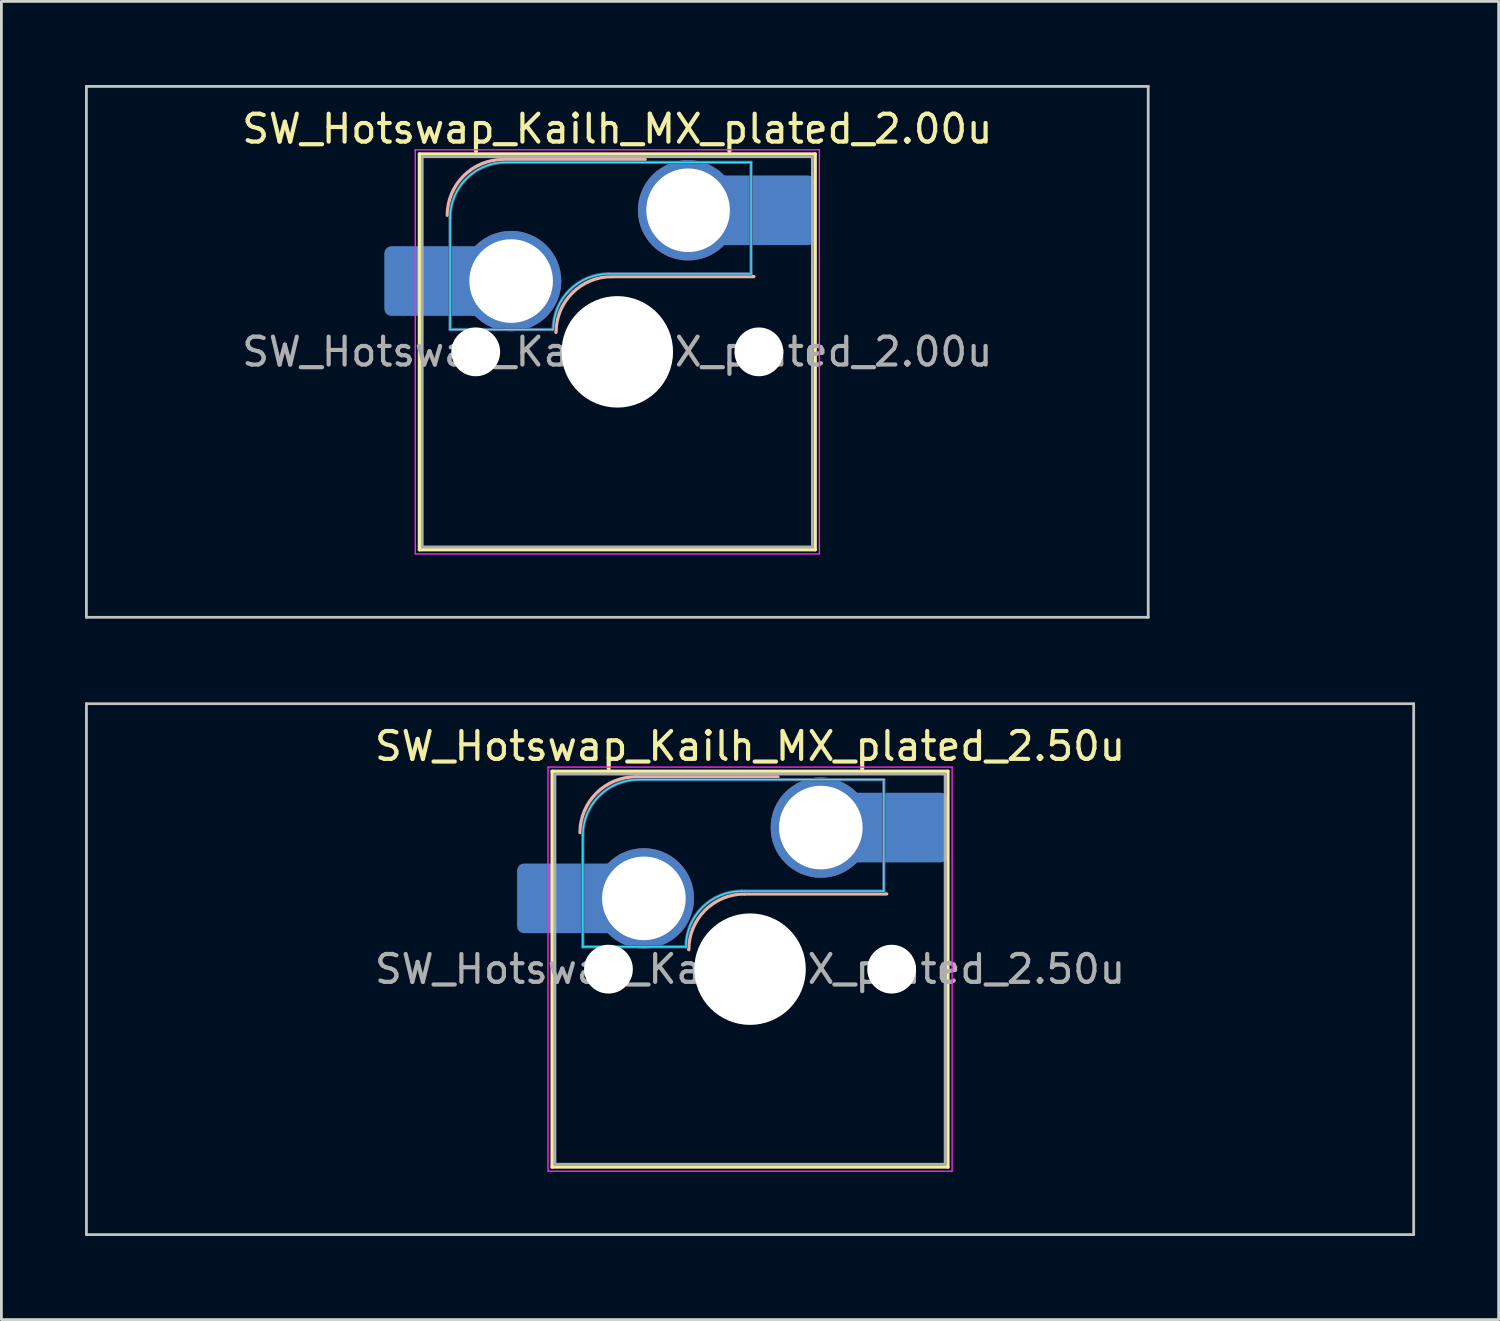
<source format=kicad_pcb>
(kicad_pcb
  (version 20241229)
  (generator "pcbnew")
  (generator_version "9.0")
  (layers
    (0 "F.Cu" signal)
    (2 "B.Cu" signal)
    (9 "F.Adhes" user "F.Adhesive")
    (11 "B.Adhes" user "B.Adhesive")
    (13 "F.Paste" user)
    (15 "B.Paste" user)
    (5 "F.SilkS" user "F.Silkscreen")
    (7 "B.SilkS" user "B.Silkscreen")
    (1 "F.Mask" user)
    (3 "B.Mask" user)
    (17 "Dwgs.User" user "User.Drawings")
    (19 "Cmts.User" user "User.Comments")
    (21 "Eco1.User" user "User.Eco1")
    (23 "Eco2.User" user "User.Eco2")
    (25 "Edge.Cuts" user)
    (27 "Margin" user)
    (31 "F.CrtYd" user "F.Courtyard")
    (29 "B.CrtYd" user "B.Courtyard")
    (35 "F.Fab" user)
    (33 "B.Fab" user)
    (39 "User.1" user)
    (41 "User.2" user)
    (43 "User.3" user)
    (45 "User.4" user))
  (footprint "SW_Hotswap_Kailh_MX_plated_2.50u"
    (layer "F.Cu")
    (at 23.863 31.725)
    (property "Reference" "SW_Hotswap_Kailh_MX_plated_2.50u" (at 0 -8 0) (layer "F.SilkS") (effects (font (size 1 1) (thickness 0.15))))
    (attr smd)
    (fp_line (start -7.1 -7.1) (end -7.1 7.1) (stroke (width 0.12) (type solid)) (layer "F.SilkS"))
    (fp_line (start -7.1 7.1) (end 7.1 7.1) (stroke (width 0.12) (type solid)) (layer "F.SilkS"))
    (fp_line (start 7.1 -7.1) (end -7.1 -7.1) (stroke (width 0.12) (type solid)) (layer "F.SilkS"))
    (fp_line (start 7.1 7.1) (end 7.1 -7.1) (stroke (width 0.12) (type solid)) (layer "F.SilkS"))
    (fp_line (start -4.1 -6.9) (end 1 -6.9) (stroke (width 0.12) (type solid)) (layer "B.SilkS"))
    (fp_line (start -0.2 -2.7) (end 4.9 -2.7) (stroke (width 0.12) (type solid)) (layer "B.SilkS"))
    (fp_arc (start -6.1 -4.9) (mid -5.514214 -6.314214) (end -4.1 -6.9) (stroke (width 0.12) (type solid)) (layer "B.SilkS"))
    (fp_arc (start -2.2 -0.7) (mid -1.614214 -2.114214) (end -0.2 -2.7) (stroke (width 0.12) (type solid)) (layer "B.SilkS"))
    (fp_line (start -23.812 -9.525) (end -23.812 9.525) (stroke (width 0.1) (type solid)) (layer "Dwgs.User"))
    (fp_line (start -23.812 9.525) (end 23.812 9.525) (stroke (width 0.1) (type solid)) (layer "Dwgs.User"))
    (fp_line (start 23.812 -9.525) (end -23.812 -9.525) (stroke (width 0.1) (type solid)) (layer "Dwgs.User"))
    (fp_line (start 23.812 9.525) (end 23.812 -9.525) (stroke (width 0.1) (type solid)) (layer "Dwgs.User"))
    (fp_line (start -7.8 -6) (end -7 -6) (stroke (width 0.1) (type solid)) (layer "Eco1.User"))
    (fp_line (start -7.8 -2.9) (end -7.8 -6) (stroke (width 0.1) (type solid)) (layer "Eco1.User"))
    (fp_line (start -7.8 2.9) (end -7 2.9) (stroke (width 0.1) (type solid)) (layer "Eco1.User"))
    (fp_line (start -7.8 6) (end -7.8 2.9) (stroke (width 0.1) (type solid)) (layer "Eco1.User"))
    (fp_line (start -7 -7) (end 7 -7) (stroke (width 0.1) (type solid)) (layer "Eco1.User"))
    (fp_line (start -7 -6) (end -7 -7) (stroke (width 0.1) (type solid)) (layer "Eco1.User"))
    (fp_line (start -7 -2.9) (end -7.8 -2.9) (stroke (width 0.1) (type solid)) (layer "Eco1.User"))
    (fp_line (start -7 2.9) (end -7 -2.9) (stroke (width 0.1) (type solid)) (layer "Eco1.User"))
    (fp_line (start -7 6) (end -7.8 6) (stroke (width 0.1) (type solid)) (layer "Eco1.User"))
    (fp_line (start -7 7) (end -7 6) (stroke (width 0.1) (type solid)) (layer "Eco1.User"))
    (fp_line (start 7 -7) (end 7 -6) (stroke (width 0.1) (type solid)) (layer "Eco1.User"))
    (fp_line (start 7 -6) (end 7.8 -6) (stroke (width 0.1) (type solid)) (layer "Eco1.User"))
    (fp_line (start 7 -2.9) (end 7 2.9) (stroke (width 0.1) (type solid)) (layer "Eco1.User"))
    (fp_line (start 7 2.9) (end 7.8 2.9) (stroke (width 0.1) (type solid)) (layer "Eco1.User"))
    (fp_line (start 7 6) (end 7 7) (stroke (width 0.1) (type solid)) (layer "Eco1.User"))
    (fp_line (start 7 7) (end -7 7) (stroke (width 0.1) (type solid)) (layer "Eco1.User"))
    (fp_line (start 7.8 -6) (end 7.8 -2.9) (stroke (width 0.1) (type solid)) (layer "Eco1.User"))
    (fp_line (start 7.8 -2.9) (end 7 -2.9) (stroke (width 0.1) (type solid)) (layer "Eco1.User"))
    (fp_line (start 7.8 2.9) (end 7.8 6) (stroke (width 0.1) (type solid)) (layer "Eco1.User"))
    (fp_line (start 7.8 6) (end 7 6) (stroke (width 0.1) (type solid)) (layer "Eco1.User"))
    (fp_line (start -6 -0.8) (end -6 -4.8) (stroke (width 0.05) (type solid)) (layer "B.CrtYd"))
    (fp_line (start -6 -0.8) (end -2.3 -0.8) (stroke (width 0.05) (type solid)) (layer "B.CrtYd"))
    (fp_line (start -4 -6.8) (end 4.8 -6.8) (stroke (width 0.05) (type solid)) (layer "B.CrtYd"))
    (fp_line (start -0.3 -2.8) (end 4.8 -2.8) (stroke (width 0.05) (type solid)) (layer "B.CrtYd"))
    (fp_line (start 4.8 -6.8) (end 4.8 -2.8) (stroke (width 0.05) (type solid)) (layer "B.CrtYd"))
    (fp_arc (start -6 -4.8) (mid -5.414214 -6.214214) (end -4 -6.8) (stroke (width 0.05) (type solid)) (layer "B.CrtYd"))
    (fp_arc (start -2.3 -0.8) (mid -1.714214 -2.214214) (end -0.3 -2.8) (stroke (width 0.05) (type solid)) (layer "B.CrtYd"))
    (fp_line (start -7.25 -7.25) (end -7.25 7.25) (stroke (width 0.05) (type solid)) (layer "F.CrtYd"))
    (fp_line (start -7.25 7.25) (end 7.25 7.25) (stroke (width 0.05) (type solid)) (layer "F.CrtYd"))
    (fp_line (start 7.25 -7.25) (end -7.25 -7.25) (stroke (width 0.05) (type solid)) (layer "F.CrtYd"))
    (fp_line (start 7.25 7.25) (end 7.25 -7.25) (stroke (width 0.05) (type solid)) (layer "F.CrtYd"))
    (fp_line (start -6 -0.8) (end -6 -4.8) (stroke (width 0.12) (type solid)) (layer "B.Fab"))
    (fp_line (start -6 -0.8) (end -2.3 -0.8) (stroke (width 0.12) (type solid)) (layer "B.Fab"))
    (fp_line (start -4 -6.8) (end 4.8 -6.8) (stroke (width 0.12) (type solid)) (layer "B.Fab"))
    (fp_line (start -0.3 -2.8) (end 4.8 -2.8) (stroke (width 0.12) (type solid)) (layer "B.Fab"))
    (fp_line (start 4.8 -6.8) (end 4.8 -2.8) (stroke (width 0.12) (type solid)) (layer "B.Fab"))
    (fp_arc (start -6 -4.8) (mid -5.414214 -6.214214) (end -4 -6.8) (stroke (width 0.12) (type solid)) (layer "B.Fab"))
    (fp_arc (start -2.3 -0.8) (mid -1.714214 -2.214214) (end -0.3 -2.8) (stroke (width 0.12) (type solid)) (layer "B.Fab"))
    (fp_line (start -7 -7) (end -7 7) (stroke (width 0.1) (type solid)) (layer "F.Fab"))
    (fp_line (start -7 7) (end 7 7) (stroke (width 0.1) (type solid)) (layer "F.Fab"))
    (fp_line (start 7 -7) (end -7 -7) (stroke (width 0.1) (type solid)) (layer "F.Fab"))
    (fp_line (start 7 7) (end 7 -7) (stroke (width 0.1) (type solid)) (layer "F.Fab"))
    (fp_text user "${REFERENCE}" (at 0 0 0) (layer "F.Fab") (effects (font (size 1 1) (thickness 0.15))))
    (pad "" smd roundrect (at -7.085 -2.54) (size 2.55 2.5) (layers "B.Mask" "B.Paste") (roundrect_rratio 0.1))
    (pad "" np_thru_hole circle (at -5.08 0) (size 1.75 1.75) (drill 1.75) (layers "*.Cu" "*.Mask"))
    (pad "" np_thru_hole circle (at 0 0) (size 4 4) (drill 4) (layers "*.Cu" "*.Mask"))
    (pad "" np_thru_hole circle (at 5.08 0) (size 1.75 1.75) (drill 1.75) (layers "*.Cu" "*.Mask"))
    (pad "" smd roundrect (at 5.842 -5.08) (size 2.55 2.5) (layers "B.Mask" "B.Paste") (roundrect_rratio 0.1))
    (pad "1" smd roundrect (at -6.585 -2.54) (size 3.55 2.5) (layers "B.Cu") (roundrect_rratio 0.1))
    (pad "1" thru_hole circle (at -3.81 -2.54) (size 3.6 3.6) (drill 3) (layers "*.Cu" "B.Mask"))
    (pad "2" thru_hole circle (at 2.54 -5.08) (size 3.6 3.6) (drill 3) (layers "*.Cu" "B.Mask"))
    (pad "2" smd roundrect (at 5.32 -5.08) (size 3.55 2.5) (layers "B.Cu") (roundrect_rratio 0.1)))
  (footprint "SW_Hotswap_Kailh_MX_plated_2.00u"
    (layer "F.Cu")
    (at 19.1 9.575)
    (property "Reference" "SW_Hotswap_Kailh_MX_plated_2.00u" (at 0 -8 0) (layer "F.SilkS") (effects (font (size 1 1) (thickness 0.15))))
    (attr smd)
    (fp_line (start -7.1 -7.1) (end -7.1 7.1) (stroke (width 0.12) (type solid)) (layer "F.SilkS"))
    (fp_line (start -7.1 7.1) (end 7.1 7.1) (stroke (width 0.12) (type solid)) (layer "F.SilkS"))
    (fp_line (start 7.1 -7.1) (end -7.1 -7.1) (stroke (width 0.12) (type solid)) (layer "F.SilkS"))
    (fp_line (start 7.1 7.1) (end 7.1 -7.1) (stroke (width 0.12) (type solid)) (layer "F.SilkS"))
    (fp_line (start -4.1 -6.9) (end 1 -6.9) (stroke (width 0.12) (type solid)) (layer "B.SilkS"))
    (fp_line (start -0.2 -2.7) (end 4.9 -2.7) (stroke (width 0.12) (type solid)) (layer "B.SilkS"))
    (fp_arc (start -6.1 -4.9) (mid -5.514214 -6.314214) (end -4.1 -6.9) (stroke (width 0.12) (type solid)) (layer "B.SilkS"))
    (fp_arc (start -2.2 -0.7) (mid -1.614214 -2.114214) (end -0.2 -2.7) (stroke (width 0.12) (type solid)) (layer "B.SilkS"))
    (fp_line (start -19.05 -9.525) (end -19.05 9.525) (stroke (width 0.1) (type solid)) (layer "Dwgs.User"))
    (fp_line (start -19.05 9.525) (end 19.05 9.525) (stroke (width 0.1) (type solid)) (layer "Dwgs.User"))
    (fp_line (start 19.05 -9.525) (end -19.05 -9.525) (stroke (width 0.1) (type solid)) (layer "Dwgs.User"))
    (fp_line (start 19.05 9.525) (end 19.05 -9.525) (stroke (width 0.1) (type solid)) (layer "Dwgs.User"))
    (fp_line (start -7.8 -6) (end -7 -6) (stroke (width 0.1) (type solid)) (layer "Eco1.User"))
    (fp_line (start -7.8 -2.9) (end -7.8 -6) (stroke (width 0.1) (type solid)) (layer "Eco1.User"))
    (fp_line (start -7.8 2.9) (end -7 2.9) (stroke (width 0.1) (type solid)) (layer "Eco1.User"))
    (fp_line (start -7.8 6) (end -7.8 2.9) (stroke (width 0.1) (type solid)) (layer "Eco1.User"))
    (fp_line (start -7 -7) (end 7 -7) (stroke (width 0.1) (type solid)) (layer "Eco1.User"))
    (fp_line (start -7 -6) (end -7 -7) (stroke (width 0.1) (type solid)) (layer "Eco1.User"))
    (fp_line (start -7 -2.9) (end -7.8 -2.9) (stroke (width 0.1) (type solid)) (layer "Eco1.User"))
    (fp_line (start -7 2.9) (end -7 -2.9) (stroke (width 0.1) (type solid)) (layer "Eco1.User"))
    (fp_line (start -7 6) (end -7.8 6) (stroke (width 0.1) (type solid)) (layer "Eco1.User"))
    (fp_line (start -7 7) (end -7 6) (stroke (width 0.1) (type solid)) (layer "Eco1.User"))
    (fp_line (start 7 -7) (end 7 -6) (stroke (width 0.1) (type solid)) (layer "Eco1.User"))
    (fp_line (start 7 -6) (end 7.8 -6) (stroke (width 0.1) (type solid)) (layer "Eco1.User"))
    (fp_line (start 7 -2.9) (end 7 2.9) (stroke (width 0.1) (type solid)) (layer "Eco1.User"))
    (fp_line (start 7 2.9) (end 7.8 2.9) (stroke (width 0.1) (type solid)) (layer "Eco1.User"))
    (fp_line (start 7 6) (end 7 7) (stroke (width 0.1) (type solid)) (layer "Eco1.User"))
    (fp_line (start 7 7) (end -7 7) (stroke (width 0.1) (type solid)) (layer "Eco1.User"))
    (fp_line (start 7.8 -6) (end 7.8 -2.9) (stroke (width 0.1) (type solid)) (layer "Eco1.User"))
    (fp_line (start 7.8 -2.9) (end 7 -2.9) (stroke (width 0.1) (type solid)) (layer "Eco1.User"))
    (fp_line (start 7.8 2.9) (end 7.8 6) (stroke (width 0.1) (type solid)) (layer "Eco1.User"))
    (fp_line (start 7.8 6) (end 7 6) (stroke (width 0.1) (type solid)) (layer "Eco1.User"))
    (fp_line (start -6 -0.8) (end -6 -4.8) (stroke (width 0.05) (type solid)) (layer "B.CrtYd"))
    (fp_line (start -6 -0.8) (end -2.3 -0.8) (stroke (width 0.05) (type solid)) (layer "B.CrtYd"))
    (fp_line (start -4 -6.8) (end 4.8 -6.8) (stroke (width 0.05) (type solid)) (layer "B.CrtYd"))
    (fp_line (start -0.3 -2.8) (end 4.8 -2.8) (stroke (width 0.05) (type solid)) (layer "B.CrtYd"))
    (fp_line (start 4.8 -6.8) (end 4.8 -2.8) (stroke (width 0.05) (type solid)) (layer "B.CrtYd"))
    (fp_arc (start -6 -4.8) (mid -5.414214 -6.214214) (end -4 -6.8) (stroke (width 0.05) (type solid)) (layer "B.CrtYd"))
    (fp_arc (start -2.3 -0.8) (mid -1.714214 -2.214214) (end -0.3 -2.8) (stroke (width 0.05) (type solid)) (layer "B.CrtYd"))
    (fp_line (start -7.25 -7.25) (end -7.25 7.25) (stroke (width 0.05) (type solid)) (layer "F.CrtYd"))
    (fp_line (start -7.25 7.25) (end 7.25 7.25) (stroke (width 0.05) (type solid)) (layer "F.CrtYd"))
    (fp_line (start 7.25 -7.25) (end -7.25 -7.25) (stroke (width 0.05) (type solid)) (layer "F.CrtYd"))
    (fp_line (start 7.25 7.25) (end 7.25 -7.25) (stroke (width 0.05) (type solid)) (layer "F.CrtYd"))
    (fp_line (start -6 -0.8) (end -6 -4.8) (stroke (width 0.12) (type solid)) (layer "B.Fab"))
    (fp_line (start -6 -0.8) (end -2.3 -0.8) (stroke (width 0.12) (type solid)) (layer "B.Fab"))
    (fp_line (start -4 -6.8) (end 4.8 -6.8) (stroke (width 0.12) (type solid)) (layer "B.Fab"))
    (fp_line (start -0.3 -2.8) (end 4.8 -2.8) (stroke (width 0.12) (type solid)) (layer "B.Fab"))
    (fp_line (start 4.8 -6.8) (end 4.8 -2.8) (stroke (width 0.12) (type solid)) (layer "B.Fab"))
    (fp_arc (start -6 -4.8) (mid -5.414214 -6.214214) (end -4 -6.8) (stroke (width 0.12) (type solid)) (layer "B.Fab"))
    (fp_arc (start -2.3 -0.8) (mid -1.714214 -2.214214) (end -0.3 -2.8) (stroke (width 0.12) (type solid)) (layer "B.Fab"))
    (fp_line (start -7 -7) (end -7 7) (stroke (width 0.1) (type solid)) (layer "F.Fab"))
    (fp_line (start -7 7) (end 7 7) (stroke (width 0.1) (type solid)) (layer "F.Fab"))
    (fp_line (start 7 -7) (end -7 -7) (stroke (width 0.1) (type solid)) (layer "F.Fab"))
    (fp_line (start 7 7) (end 7 -7) (stroke (width 0.1) (type solid)) (layer "F.Fab"))
    (fp_text user "${REFERENCE}" (at 0 0 0) (layer "F.Fab") (effects (font (size 1 1) (thickness 0.15))))
    (pad "" smd roundrect (at -7.085 -2.54) (size 2.55 2.5) (layers "B.Mask" "B.Paste") (roundrect_rratio 0.1))
    (pad "" np_thru_hole circle (at -5.08 0) (size 1.75 1.75) (drill 1.75) (layers "*.Cu" "*.Mask"))
    (pad "" np_thru_hole circle (at 0 0) (size 4 4) (drill 4) (layers "*.Cu" "*.Mask"))
    (pad "" np_thru_hole circle (at 5.08 0) (size 1.75 1.75) (drill 1.75) (layers "*.Cu" "*.Mask"))
    (pad "" smd roundrect (at 5.842 -5.08) (size 2.55 2.5) (layers "B.Mask" "B.Paste") (roundrect_rratio 0.1))
    (pad "1" smd roundrect (at -6.585 -2.54) (size 3.55 2.5) (layers "B.Cu") (roundrect_rratio 0.1))
    (pad "1" thru_hole circle (at -3.81 -2.54) (size 3.6 3.6) (drill 3) (layers "*.Cu" "B.Mask"))
    (pad "2" thru_hole circle (at 2.54 -5.08) (size 3.6 3.6) (drill 3) (layers "*.Cu" "B.Mask"))
    (pad "2" smd roundrect (at 5.32 -5.08) (size 3.55 2.5) (layers "B.Cu") (roundrect_rratio 0.1)))
  (gr_rect
    (start -3 -3)
    (end 50.725 44.3)
    (stroke (width 0.1) (type default))
    (fill no)
    (layer "Edge.Cuts")))
</source>
